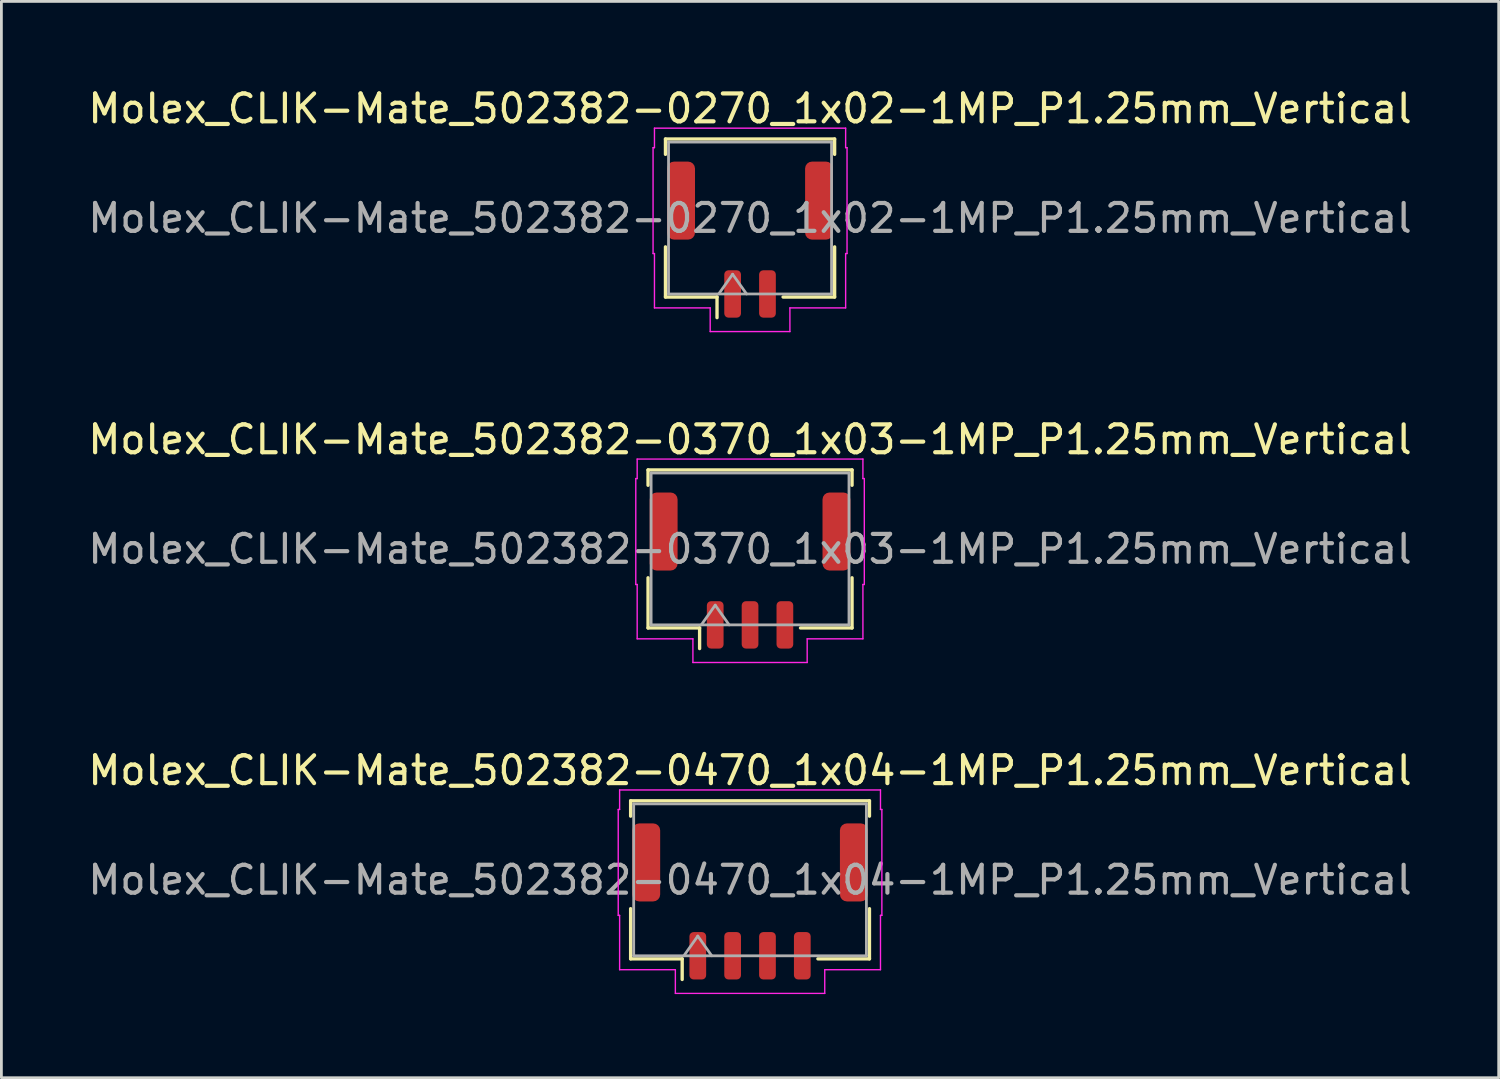
<source format=kicad_pcb>
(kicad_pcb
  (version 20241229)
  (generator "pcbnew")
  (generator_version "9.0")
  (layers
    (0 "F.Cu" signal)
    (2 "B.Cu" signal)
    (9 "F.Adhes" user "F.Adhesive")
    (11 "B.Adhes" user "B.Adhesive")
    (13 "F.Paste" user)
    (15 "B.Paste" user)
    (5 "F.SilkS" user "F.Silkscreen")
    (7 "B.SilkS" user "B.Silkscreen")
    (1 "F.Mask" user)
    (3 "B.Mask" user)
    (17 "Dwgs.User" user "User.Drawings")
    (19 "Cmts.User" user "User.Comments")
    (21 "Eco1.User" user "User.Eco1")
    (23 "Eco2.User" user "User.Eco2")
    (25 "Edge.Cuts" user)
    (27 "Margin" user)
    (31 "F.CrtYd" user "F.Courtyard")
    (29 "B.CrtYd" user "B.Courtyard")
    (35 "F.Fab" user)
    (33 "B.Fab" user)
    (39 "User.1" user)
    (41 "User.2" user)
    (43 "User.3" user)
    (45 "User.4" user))
  (footprint "Molex_CLIK-Mate_502382-0270_1x02-1MP_P1.25mm_Vertical"
    (layer "F.Cu")
    (at 23.863 5.548)
    (property "Reference" "Molex_CLIK-Mate_502382-0270_1x02-1MP_P1.25mm_Vertical" (at 0 -4.7 0) (layer "F.SilkS") (effects (font (size 1 1) (thickness 0.15))))
    (attr smd)
    (fp_line (start -3.035 -3.61) (end 3.035 -3.61) (stroke (width 0.12) (type solid)) (layer "F.SilkS"))
    (fp_line (start -3.035 -3.06) (end -3.035 -3.61) (stroke (width 0.12) (type solid)) (layer "F.SilkS"))
    (fp_line (start -3.035 0.26) (end -3.035 2.06) (stroke (width 0.12) (type solid)) (layer "F.SilkS"))
    (fp_line (start -3.035 2.06) (end -1.185 2.06) (stroke (width 0.12) (type solid)) (layer "F.SilkS"))
    (fp_line (start -1.185 2.06) (end -1.185 2.8) (stroke (width 0.12) (type solid)) (layer "F.SilkS"))
    (fp_line (start 3.035 -3.61) (end 3.035 -3.06) (stroke (width 0.12) (type solid)) (layer "F.SilkS"))
    (fp_line (start 3.035 0.26) (end 3.035 2.06) (stroke (width 0.12) (type solid)) (layer "F.SilkS"))
    (fp_line (start 3.035 2.06) (end 1.185 2.06) (stroke (width 0.12) (type solid)) (layer "F.SilkS"))
    (fp_line (start -3.48 -3.3) (end -3.43 -3.3) (stroke (width 0.05) (type solid)) (layer "F.CrtYd"))
    (fp_line (start -3.48 0.5) (end -3.48 -3.3) (stroke (width 0.05) (type solid)) (layer "F.CrtYd"))
    (fp_line (start -3.43 -4) (end 3.43 -4) (stroke (width 0.05) (type solid)) (layer "F.CrtYd"))
    (fp_line (start -3.43 -3.3) (end -3.43 -4) (stroke (width 0.05) (type solid)) (layer "F.CrtYd"))
    (fp_line (start -3.43 0.5) (end -3.48 0.5) (stroke (width 0.05) (type solid)) (layer "F.CrtYd"))
    (fp_line (start -3.43 2.45) (end -3.43 0.5) (stroke (width 0.05) (type solid)) (layer "F.CrtYd"))
    (fp_line (start -1.43 2.45) (end -3.43 2.45) (stroke (width 0.05) (type solid)) (layer "F.CrtYd"))
    (fp_line (start -1.43 3.3) (end -1.43 2.45) (stroke (width 0.05) (type solid)) (layer "F.CrtYd"))
    (fp_line (start 1.43 2.45) (end 1.43 3.3) (stroke (width 0.05) (type solid)) (layer "F.CrtYd"))
    (fp_line (start 1.43 3.3) (end -1.43 3.3) (stroke (width 0.05) (type solid)) (layer "F.CrtYd"))
    (fp_line (start 3.43 -4) (end 3.43 -3.3) (stroke (width 0.05) (type solid)) (layer "F.CrtYd"))
    (fp_line (start 3.43 -3.3) (end 3.48 -3.3) (stroke (width 0.05) (type solid)) (layer "F.CrtYd"))
    (fp_line (start 3.43 0.5) (end 3.43 2.45) (stroke (width 0.05) (type solid)) (layer "F.CrtYd"))
    (fp_line (start 3.43 2.45) (end 1.43 2.45) (stroke (width 0.05) (type solid)) (layer "F.CrtYd"))
    (fp_line (start 3.48 -3.3) (end 3.48 0.5) (stroke (width 0.05) (type solid)) (layer "F.CrtYd"))
    (fp_line (start 3.48 0.5) (end 3.43 0.5) (stroke (width 0.05) (type solid)) (layer "F.CrtYd"))
    (fp_line (start -2.925 -3.5) (end 2.925 -3.5) (stroke (width 0.1) (type solid)) (layer "F.Fab"))
    (fp_line (start -2.925 1.95) (end -2.925 -3.5) (stroke (width 0.1) (type solid)) (layer "F.Fab"))
    (fp_line (start -2.925 1.95) (end 2.925 1.95) (stroke (width 0.1) (type solid)) (layer "F.Fab"))
    (fp_line (start -1.125 1.95) (end -0.625 1.243) (stroke (width 0.1) (type solid)) (layer "F.Fab"))
    (fp_line (start -0.625 1.243) (end -0.125 1.95) (stroke (width 0.1) (type solid)) (layer "F.Fab"))
    (fp_line (start 2.925 1.95) (end 2.925 -3.5) (stroke (width 0.1) (type solid)) (layer "F.Fab"))
    (fp_text user "${REFERENCE}" (at 0 -0.77 0) (layer "F.Fab") (effects (font (size 1 1) (thickness 0.15))))
    (pad "1" smd roundrect (at -0.625 1.95) (size 0.6 1.7) (layers "F.Cu" "F.Mask" "F.Paste") (roundrect_rratio 0.25))
    (pad "2" smd roundrect (at 0.625 1.95) (size 0.6 1.7) (layers "F.Cu" "F.Mask" "F.Paste") (roundrect_rratio 0.25))
    (pad "MP" smd roundrect (at -2.475 -1.4) (size 1 2.8) (layers "F.Cu" "F.Mask" "F.Paste") (roundrect_rratio 0.25))
    (pad "MP" smd roundrect (at 2.475 -1.4) (size 1 2.8) (layers "F.Cu" "F.Mask" "F.Paste") (roundrect_rratio 0.25)))
  (footprint "Molex_CLIK-Mate_502382-0370_1x03-1MP_P1.25mm_Vertical"
    (layer "F.Cu")
    (at 23.863 17.422)
    (property "Reference" "Molex_CLIK-Mate_502382-0370_1x03-1MP_P1.25mm_Vertical" (at 0 -4.7 0) (layer "F.SilkS") (effects (font (size 1 1) (thickness 0.15))))
    (attr smd)
    (fp_line (start -3.66 -3.61) (end 3.66 -3.61) (stroke (width 0.12) (type solid)) (layer "F.SilkS"))
    (fp_line (start -3.66 -3.06) (end -3.66 -3.61) (stroke (width 0.12) (type solid)) (layer "F.SilkS"))
    (fp_line (start -3.66 0.26) (end -3.66 2.06) (stroke (width 0.12) (type solid)) (layer "F.SilkS"))
    (fp_line (start -3.66 2.06) (end -1.81 2.06) (stroke (width 0.12) (type solid)) (layer "F.SilkS"))
    (fp_line (start -1.81 2.06) (end -1.81 2.8) (stroke (width 0.12) (type solid)) (layer "F.SilkS"))
    (fp_line (start 3.66 -3.61) (end 3.66 -3.06) (stroke (width 0.12) (type solid)) (layer "F.SilkS"))
    (fp_line (start 3.66 0.26) (end 3.66 2.06) (stroke (width 0.12) (type solid)) (layer "F.SilkS"))
    (fp_line (start 3.66 2.06) (end 1.81 2.06) (stroke (width 0.12) (type solid)) (layer "F.SilkS"))
    (fp_line (start -4.1 -3.3) (end -4.05 -3.3) (stroke (width 0.05) (type solid)) (layer "F.CrtYd"))
    (fp_line (start -4.1 0.5) (end -4.1 -3.3) (stroke (width 0.05) (type solid)) (layer "F.CrtYd"))
    (fp_line (start -4.05 -4) (end 4.05 -4) (stroke (width 0.05) (type solid)) (layer "F.CrtYd"))
    (fp_line (start -4.05 -3.3) (end -4.05 -4) (stroke (width 0.05) (type solid)) (layer "F.CrtYd"))
    (fp_line (start -4.05 0.5) (end -4.1 0.5) (stroke (width 0.05) (type solid)) (layer "F.CrtYd"))
    (fp_line (start -4.05 2.45) (end -4.05 0.5) (stroke (width 0.05) (type solid)) (layer "F.CrtYd"))
    (fp_line (start -2.05 2.45) (end -4.05 2.45) (stroke (width 0.05) (type solid)) (layer "F.CrtYd"))
    (fp_line (start -2.05 3.3) (end -2.05 2.45) (stroke (width 0.05) (type solid)) (layer "F.CrtYd"))
    (fp_line (start 2.05 2.45) (end 2.05 3.3) (stroke (width 0.05) (type solid)) (layer "F.CrtYd"))
    (fp_line (start 2.05 3.3) (end -2.05 3.3) (stroke (width 0.05) (type solid)) (layer "F.CrtYd"))
    (fp_line (start 4.05 -4) (end 4.05 -3.3) (stroke (width 0.05) (type solid)) (layer "F.CrtYd"))
    (fp_line (start 4.05 -3.3) (end 4.1 -3.3) (stroke (width 0.05) (type solid)) (layer "F.CrtYd"))
    (fp_line (start 4.05 0.5) (end 4.05 2.45) (stroke (width 0.05) (type solid)) (layer "F.CrtYd"))
    (fp_line (start 4.05 2.45) (end 2.05 2.45) (stroke (width 0.05) (type solid)) (layer "F.CrtYd"))
    (fp_line (start 4.1 -3.3) (end 4.1 0.5) (stroke (width 0.05) (type solid)) (layer "F.CrtYd"))
    (fp_line (start 4.1 0.5) (end 4.05 0.5) (stroke (width 0.05) (type solid)) (layer "F.CrtYd"))
    (fp_line (start -3.55 -3.5) (end 3.55 -3.5) (stroke (width 0.1) (type solid)) (layer "F.Fab"))
    (fp_line (start -3.55 1.95) (end -3.55 -3.5) (stroke (width 0.1) (type solid)) (layer "F.Fab"))
    (fp_line (start -3.55 1.95) (end 3.55 1.95) (stroke (width 0.1) (type solid)) (layer "F.Fab"))
    (fp_line (start -1.75 1.95) (end -1.25 1.243) (stroke (width 0.1) (type solid)) (layer "F.Fab"))
    (fp_line (start -1.25 1.243) (end -0.75 1.95) (stroke (width 0.1) (type solid)) (layer "F.Fab"))
    (fp_line (start 3.55 1.95) (end 3.55 -3.5) (stroke (width 0.1) (type solid)) (layer "F.Fab"))
    (fp_text user "${REFERENCE}" (at 0 -0.77 0) (layer "F.Fab") (effects (font (size 1 1) (thickness 0.15))))
    (pad "1" smd roundrect (at -1.25 1.95) (size 0.6 1.7) (layers "F.Cu" "F.Mask" "F.Paste") (roundrect_rratio 0.25))
    (pad "2" smd roundrect (at 0 1.95) (size 0.6 1.7) (layers "F.Cu" "F.Mask" "F.Paste") (roundrect_rratio 0.25))
    (pad "3" smd roundrect (at 1.25 1.95) (size 0.6 1.7) (layers "F.Cu" "F.Mask" "F.Paste") (roundrect_rratio 0.25))
    (pad "MP" smd roundrect (at -3.1 -1.4) (size 1 2.8) (layers "F.Cu" "F.Mask" "F.Paste") (roundrect_rratio 0.25))
    (pad "MP" smd roundrect (at 3.1 -1.4) (size 1 2.8) (layers "F.Cu" "F.Mask" "F.Paste") (roundrect_rratio 0.25)))
  (footprint "Molex_CLIK-Mate_502382-0470_1x04-1MP_P1.25mm_Vertical"
    (layer "F.Cu")
    (at 23.863 29.295)
    (property "Reference" "Molex_CLIK-Mate_502382-0470_1x04-1MP_P1.25mm_Vertical" (at 0 -4.7 0) (layer "F.SilkS") (effects (font (size 1 1) (thickness 0.15))))
    (attr smd)
    (fp_line (start -4.285 -3.61) (end 4.285 -3.61) (stroke (width 0.12) (type solid)) (layer "F.SilkS"))
    (fp_line (start -4.285 -3.06) (end -4.285 -3.61) (stroke (width 0.12) (type solid)) (layer "F.SilkS"))
    (fp_line (start -4.285 0.26) (end -4.285 2.06) (stroke (width 0.12) (type solid)) (layer "F.SilkS"))
    (fp_line (start -4.285 2.06) (end -2.435 2.06) (stroke (width 0.12) (type solid)) (layer "F.SilkS"))
    (fp_line (start -2.435 2.06) (end -2.435 2.8) (stroke (width 0.12) (type solid)) (layer "F.SilkS"))
    (fp_line (start 4.285 -3.61) (end 4.285 -3.06) (stroke (width 0.12) (type solid)) (layer "F.SilkS"))
    (fp_line (start 4.285 0.26) (end 4.285 2.06) (stroke (width 0.12) (type solid)) (layer "F.SilkS"))
    (fp_line (start 4.285 2.06) (end 2.435 2.06) (stroke (width 0.12) (type solid)) (layer "F.SilkS"))
    (fp_line (start -4.73 -3.3) (end -4.68 -3.3) (stroke (width 0.05) (type solid)) (layer "F.CrtYd"))
    (fp_line (start -4.73 0.5) (end -4.73 -3.3) (stroke (width 0.05) (type solid)) (layer "F.CrtYd"))
    (fp_line (start -4.68 -4) (end 4.68 -4) (stroke (width 0.05) (type solid)) (layer "F.CrtYd"))
    (fp_line (start -4.68 -3.3) (end -4.68 -4) (stroke (width 0.05) (type solid)) (layer "F.CrtYd"))
    (fp_line (start -4.68 0.5) (end -4.73 0.5) (stroke (width 0.05) (type solid)) (layer "F.CrtYd"))
    (fp_line (start -4.68 2.45) (end -4.68 0.5) (stroke (width 0.05) (type solid)) (layer "F.CrtYd"))
    (fp_line (start -2.68 2.45) (end -4.68 2.45) (stroke (width 0.05) (type solid)) (layer "F.CrtYd"))
    (fp_line (start -2.68 3.3) (end -2.68 2.45) (stroke (width 0.05) (type solid)) (layer "F.CrtYd"))
    (fp_line (start 2.68 2.45) (end 2.68 3.3) (stroke (width 0.05) (type solid)) (layer "F.CrtYd"))
    (fp_line (start 2.68 3.3) (end -2.68 3.3) (stroke (width 0.05) (type solid)) (layer "F.CrtYd"))
    (fp_line (start 4.68 -4) (end 4.68 -3.3) (stroke (width 0.05) (type solid)) (layer "F.CrtYd"))
    (fp_line (start 4.68 -3.3) (end 4.73 -3.3) (stroke (width 0.05) (type solid)) (layer "F.CrtYd"))
    (fp_line (start 4.68 0.5) (end 4.68 2.45) (stroke (width 0.05) (type solid)) (layer "F.CrtYd"))
    (fp_line (start 4.68 2.45) (end 2.68 2.45) (stroke (width 0.05) (type solid)) (layer "F.CrtYd"))
    (fp_line (start 4.73 -3.3) (end 4.73 0.5) (stroke (width 0.05) (type solid)) (layer "F.CrtYd"))
    (fp_line (start 4.73 0.5) (end 4.68 0.5) (stroke (width 0.05) (type solid)) (layer "F.CrtYd"))
    (fp_line (start -4.175 -3.5) (end 4.175 -3.5) (stroke (width 0.1) (type solid)) (layer "F.Fab"))
    (fp_line (start -4.175 1.95) (end -4.175 -3.5) (stroke (width 0.1) (type solid)) (layer "F.Fab"))
    (fp_line (start -4.175 1.95) (end 4.175 1.95) (stroke (width 0.1) (type solid)) (layer "F.Fab"))
    (fp_line (start -2.375 1.95) (end -1.875 1.243) (stroke (width 0.1) (type solid)) (layer "F.Fab"))
    (fp_line (start -1.875 1.243) (end -1.375 1.95) (stroke (width 0.1) (type solid)) (layer "F.Fab"))
    (fp_line (start 4.175 1.95) (end 4.175 -3.5) (stroke (width 0.1) (type solid)) (layer "F.Fab"))
    (fp_text user "${REFERENCE}" (at 0 -0.77 0) (layer "F.Fab") (effects (font (size 1 1) (thickness 0.15))))
    (pad "1" smd roundrect (at -1.875 1.95) (size 0.6 1.7) (layers "F.Cu" "F.Mask" "F.Paste") (roundrect_rratio 0.25))
    (pad "2" smd roundrect (at -0.625 1.95) (size 0.6 1.7) (layers "F.Cu" "F.Mask" "F.Paste") (roundrect_rratio 0.25))
    (pad "3" smd roundrect (at 0.625 1.95) (size 0.6 1.7) (layers "F.Cu" "F.Mask" "F.Paste") (roundrect_rratio 0.25))
    (pad "4" smd roundrect (at 1.875 1.95) (size 0.6 1.7) (layers "F.Cu" "F.Mask" "F.Paste") (roundrect_rratio 0.25))
    (pad "MP" smd roundrect (at -3.725 -1.4) (size 1 2.8) (layers "F.Cu" "F.Mask" "F.Paste") (roundrect_rratio 0.25))
    (pad "MP" smd roundrect (at 3.725 -1.4) (size 1 2.8) (layers "F.Cu" "F.Mask" "F.Paste") (roundrect_rratio 0.25)))
  (gr_rect
    (start -3 -3)
    (end 50.726 35.62)
    (stroke (width 0.1) (type default))
    (fill no)
    (layer "Edge.Cuts")))
</source>
